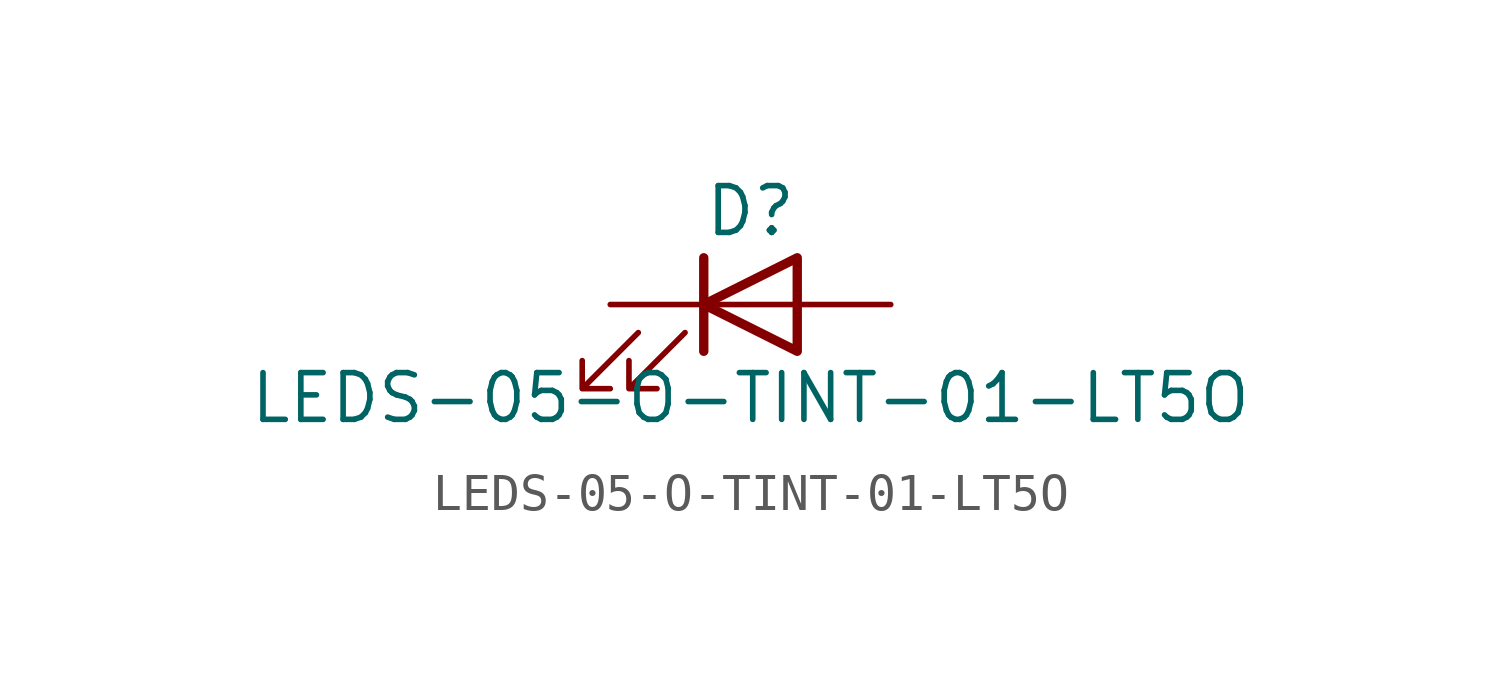
<source format=kicad_sym>
(kicad_symbol_lib
  (version 20211014)
  (generator kicad_symbol_editor)
  (symbol "LEDS-05-O-TINT-01-LT5O"
    (pin_numbers hide)
    (pin_names
      (offset 1.016) hide)
    (property "Reference" "D"
      (at 0 2.54 0)
      (effects (font (size 1.27 1.27))))
    (property "Value" "LEDS-05-O-TINT-01-LT5O"
      (at 0 -2.54 0)
      (effects (font (size 1.27 1.27))))
    (symbol "LEDS-05-O-TINT-01-LT5O_0_1"
      (polyline (pts (xy -1.27 -1.27) (xy -1.27 1.27)) (stroke (width 0.254) (type default) (color 0 0 0 0)) (fill (type none)))
      (polyline (pts (xy -1.27 0) (xy 1.27 0)) (stroke (width 0) (type default) (color 0 0 0 0)) (fill (type none)))
      (polyline (pts (xy 1.27 -1.27) (xy 1.27 1.27) (xy -1.27 0) (xy 1.27 -1.27)) (stroke (width 0.254) (type default) (color 0 0 0 0)) (fill (type none)))
      (polyline (pts (xy -3.048 -0.762) (xy -4.572 -2.286) (xy -3.81 -2.286) (xy -4.572 -2.286) (xy -4.572 -1.524)) (stroke (width 0) (type default) (color 0 0 0 0)) (fill (type none)))
      (polyline (pts (xy -1.778 -0.762) (xy -3.302 -2.286) (xy -2.54 -2.286) (xy -3.302 -2.286) (xy -3.302 -1.524)) (stroke (width 0) (type default) (color 0 0 0 0)) (fill (type none))))
    (symbol "LEDS-05-O-TINT-01-LT5O_1_1"
      (pin passive line (at -3.81 0 0) (length 2.54) (name "K" (effects (font (size 1.27 1.27)))) (number "1" (effects (font (size 1.27 1.27)))))
      (pin passive line (at 3.81 0 180) (length 2.54) (name "A" (effects (font (size 1.27 1.27)))) (number "2" (effects (font (size 1.27 1.27))))))))
</source>
